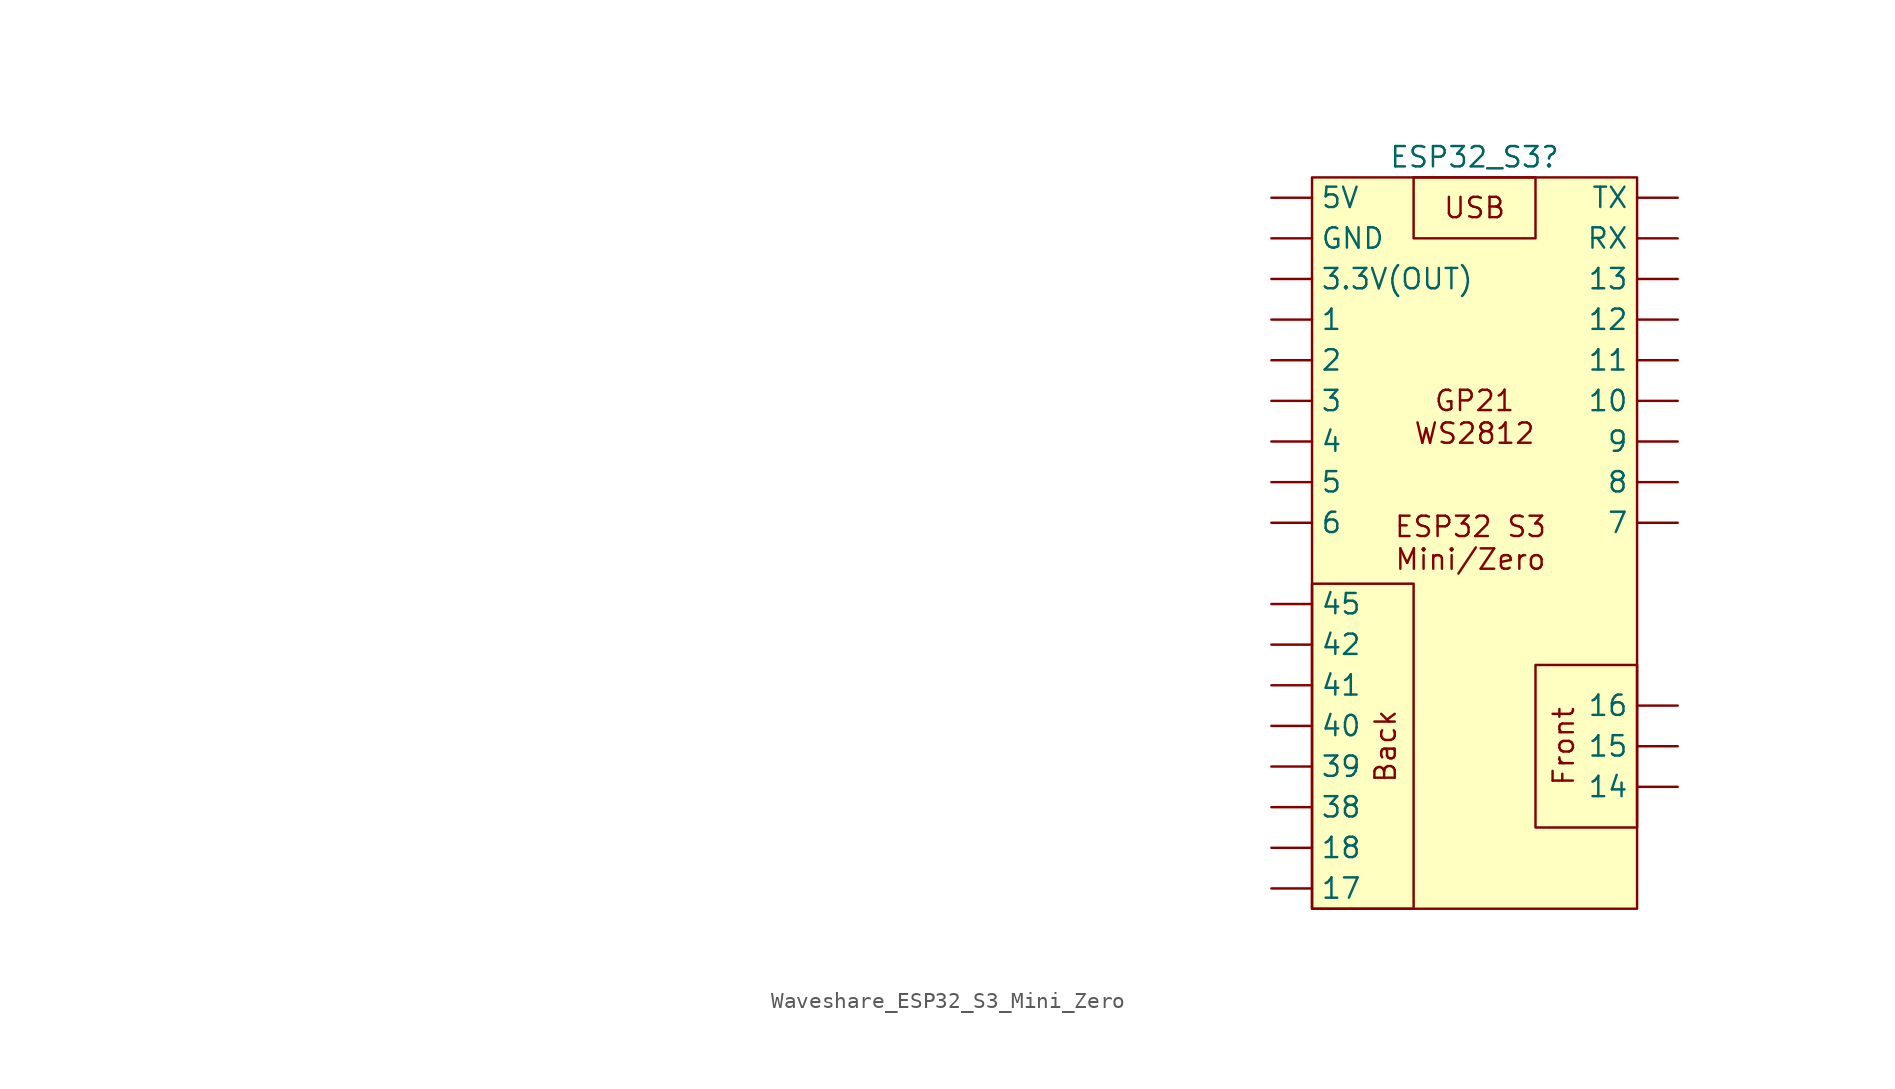
<source format=kicad_sym>
(kicad_symbol_lib
  (version 20231120)
  (generator "kicad_symbol_editor")
  (generator_version "8.0")
  (symbol "Waveshare_ESP32_S3_Mini_Zero"
    (property "Reference" "ESP32_S3"
      (at 0 24.13 0)
      (effects (font (size 1.27 1.27))))
    (property "Value" ""
      (at -78.74 0 0)
      (effects (font (size 1.27 1.27))))
    (symbol "Waveshare_ESP32_S3_Mini_Zero_1_1"
      (rectangle (start -10.16 22.86) (end 10.16 -22.86) (stroke (width 0) (type default)) (fill (type background)))
      (text "ESP32 S3\nMini/Zero" (at -0.254 0 0) (effects (font (size 1.27 1.27))))
      (text "GP21\nWS2812" (at 0 7.874 0) (effects (font (size 1.27 1.27))))
      (text_box "Back" (at -10.16 -2.54 90) (size 6.35 -20.32) (stroke (width 0) (type default)) (fill (type none)) (effects (font (size 1.27 1.27)) (justify bottom)))
      (text_box "Front" (at 3.81 -7.62 90) (size 6.35 -10.16) (stroke (width 0) (type default)) (fill (type none)) (effects (font (size 1.27 1.27)) (justify top)))
      (text_box "USB" (at -3.81 22.86 0) (size 7.62 -3.81) (stroke (width 0) (type default)) (fill (type none)) (effects (font (size 1.27 1.27))))
      (pin bidirectional line (at -12.7 13.97 0) (length 2.54) (name "1" (effects (font (size 1.27 1.27)))) (number "" (effects (font (size 1.27 1.27)))))
      (pin bidirectional line (at 12.7 8.89 180) (length 2.54) (name "10" (effects (font (size 1.27 1.27)))) (number "" (effects (font (size 1.27 1.27)))))
      (pin bidirectional line (at 12.7 11.43 180) (length 2.54) (name "11" (effects (font (size 1.27 1.27)))) (number "" (effects (font (size 1.27 1.27)))))
      (pin bidirectional line (at 12.7 13.97 180) (length 2.54) (name "12" (effects (font (size 1.27 1.27)))) (number "" (effects (font (size 1.27 1.27)))))
      (pin bidirectional line (at 12.7 16.51 180) (length 2.54) (name "13" (effects (font (size 1.27 1.27)))) (number "" (effects (font (size 1.27 1.27)))))
      (pin bidirectional line (at 12.7 -15.24 180) (length 2.54) (name "14" (effects (font (size 1.27 1.27)))) (number "" (effects (font (size 1.27 1.27)))))
      (pin bidirectional line (at 12.7 -12.7 180) (length 2.54) (name "15" (effects (font (size 1.27 1.27)))) (number "" (effects (font (size 1.27 1.27)))))
      (pin bidirectional line (at 12.7 -10.16 180) (length 2.54) (name "16" (effects (font (size 1.27 1.27)))) (number "" (effects (font (size 1.27 1.27)))))
      (pin bidirectional line (at -12.7 -21.59 0) (length 2.54) (name "17" (effects (font (size 1.27 1.27)))) (number "" (effects (font (size 1.27 1.27)))))
      (pin bidirectional line (at -12.7 -19.05 0) (length 2.54) (name "18" (effects (font (size 1.27 1.27)))) (number "" (effects (font (size 1.27 1.27)))))
      (pin bidirectional line (at -12.7 11.43 0) (length 2.54) (name "2" (effects (font (size 1.27 1.27)))) (number "" (effects (font (size 1.27 1.27)))))
      (pin bidirectional line (at -12.7 8.89 0) (length 2.54) (name "3" (effects (font (size 1.27 1.27)))) (number "" (effects (font (size 1.27 1.27)))))
      (pin power_out line (at -12.7 16.51 0) (length 2.54) (name "3.3V(OUT)" (effects (font (size 1.27 1.27)))) (number "" (effects (font (size 1.27 1.27)))))
      (pin bidirectional line (at -12.7 -16.51 0) (length 2.54) (name "38" (effects (font (size 1.27 1.27)))) (number "" (effects (font (size 1.27 1.27)))))
      (pin bidirectional line (at -12.7 -13.97 0) (length 2.54) (name "39" (effects (font (size 1.27 1.27)))) (number "" (effects (font (size 1.27 1.27)))))
      (pin bidirectional line (at -12.7 6.35 0) (length 2.54) (name "4" (effects (font (size 1.27 1.27)))) (number "" (effects (font (size 1.27 1.27)))))
      (pin bidirectional line (at -12.7 -11.43 0) (length 2.54) (name "40" (effects (font (size 1.27 1.27)))) (number "" (effects (font (size 1.27 1.27)))))
      (pin bidirectional line (at -12.7 -8.89 0) (length 2.54) (name "41" (effects (font (size 1.27 1.27)))) (number "" (effects (font (size 1.27 1.27)))))
      (pin bidirectional line (at -12.7 -6.35 0) (length 2.54) (name "42" (effects (font (size 1.27 1.27)))) (number "" (effects (font (size 1.27 1.27)))))
      (pin bidirectional line (at -12.7 -3.81 0) (length 2.54) (name "45" (effects (font (size 1.27 1.27)))) (number "" (effects (font (size 1.27 1.27)))))
      (pin bidirectional line (at -12.7 3.81 0) (length 2.54) (name "5" (effects (font (size 1.27 1.27)))) (number "" (effects (font (size 1.27 1.27)))))
      (pin power_in line (at -12.7 21.59 0) (length 2.54) (name "5V" (effects (font (size 1.27 1.27)))) (number "" (effects (font (size 1.27 1.27)))))
      (pin bidirectional line (at -12.7 1.27 0) (length 2.54) (name "6" (effects (font (size 1.27 1.27)))) (number "" (effects (font (size 1.27 1.27)))))
      (pin bidirectional line (at 12.7 1.27 180) (length 2.54) (name "7" (effects (font (size 1.27 1.27)))) (number "" (effects (font (size 1.27 1.27)))))
      (pin bidirectional line (at 12.7 3.81 180) (length 2.54) (name "8" (effects (font (size 1.27 1.27)))) (number "" (effects (font (size 1.27 1.27)))))
      (pin bidirectional line (at 12.7 6.35 180) (length 2.54) (name "9" (effects (font (size 1.27 1.27)))) (number "" (effects (font (size 1.27 1.27)))))
      (pin power_in line (at -12.7 19.05 0) (length 2.54) (name "GND" (effects (font (size 1.27 1.27)))) (number "" (effects (font (size 1.27 1.27)))))
      (pin input line (at 12.7 19.05 180) (length 2.54) (name "RX" (effects (font (size 1.27 1.27)))) (number "" (effects (font (size 1.27 1.27)))))
      (pin output line (at 12.7 21.59 180) (length 2.54) (name "TX" (effects (font (size 1.27 1.27)))) (number "" (effects (font (size 1.27 1.27))))))))
</source>
